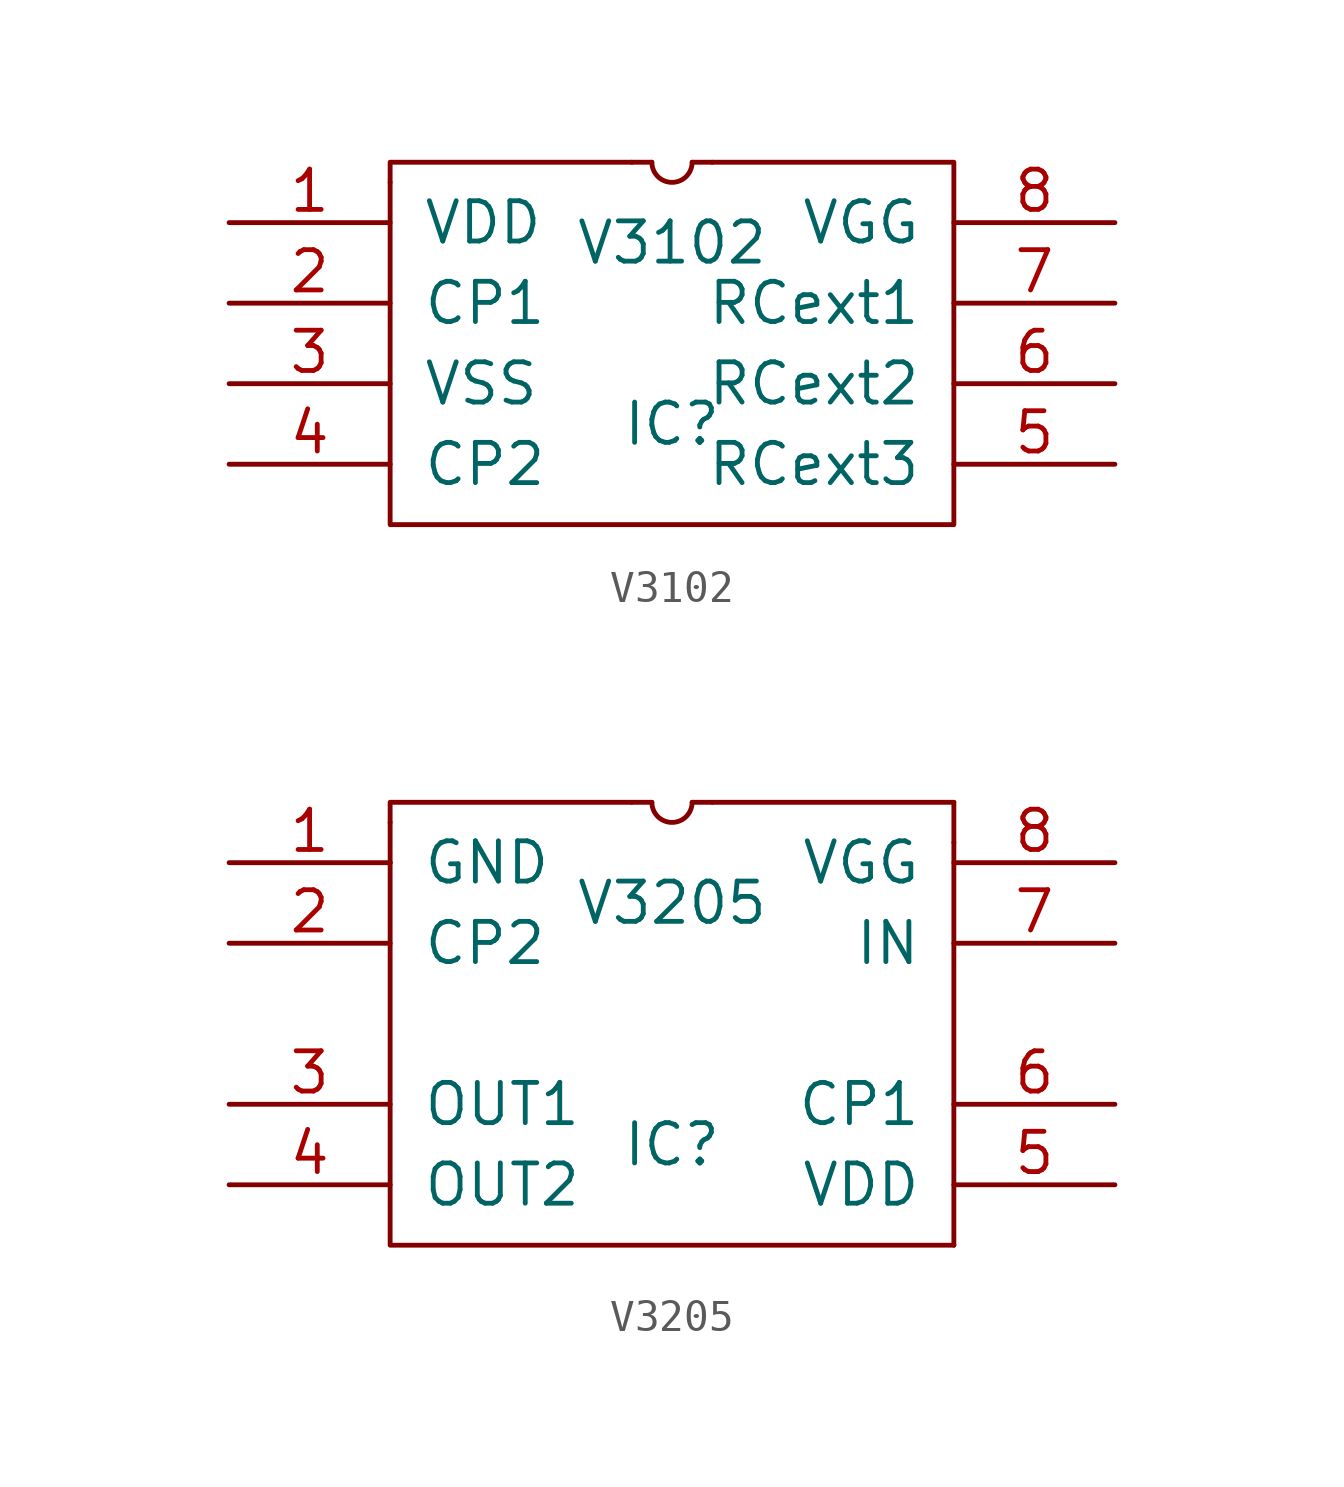
<source format=kicad_sym>
(kicad_symbol_lib
  (version 20220914)
  (generator kicad_symbol_editor)
  (symbol "V3102"
    (pin_names
      (offset 1.016))
    (property "Reference" "IC"
      (at 0 -2.54 0)
      (effects (font (size 1.27 1.27))))
    (property "Value" "V3102"
      (at 0 3.175 0)
      (effects (font (size 1.27 1.27))))
    (symbol "V3102_0_1"
      (arc (start -0.635 5.715) (mid 0 5.0827) (end 0.635 5.715) (stroke (width 0) (type solid)) (fill (type none)))
      (polyline (pts (xy -1.27 5.715) (xy -0.635 5.715)) (stroke (width 0) (type solid)) (fill (type none)))
      (polyline (pts (xy 1.27 5.715) (xy 0.635 5.715)) (stroke (width 0) (type solid)) (fill (type none)))
      (polyline (pts (xy -8.89 5.08) (xy -8.89 5.715) (xy -1.27 5.715)) (stroke (width 0) (type solid)) (fill (type none)))
      (polyline (pts (xy -8.89 5.08) (xy -8.89 -5.715) (xy 8.89 -5.715) (xy 8.89 5.715) (xy 1.27 5.715)) (stroke (width 0) (type solid)) (fill (type none))))
    (symbol "V3102_1_1"
      (pin power_in line (at -13.97 3.81 0) (length 5.08) (name "VDD" (effects (font (size 1.27 1.27)))) (number "1" (effects (font (size 1.27 1.27)))))
      (pin output line (at -13.97 1.27 0) (length 5.08) (name "CP1" (effects (font (size 1.27 1.27)))) (number "2" (effects (font (size 1.27 1.27)))))
      (pin power_in line (at -13.97 -1.27 0) (length 5.08) (name "VSS" (effects (font (size 1.27 1.27)))) (number "3" (effects (font (size 1.27 1.27)))))
      (pin output line (at -13.97 -3.81 0) (length 5.08) (name "CP2" (effects (font (size 1.27 1.27)))) (number "4" (effects (font (size 1.27 1.27)))))
      (pin bidirectional line (at 13.97 -3.81 180) (length 5.08) (name "RCext3" (effects (font (size 1.27 1.27)))) (number "5" (effects (font (size 1.27 1.27)))))
      (pin bidirectional line (at 13.97 -1.27 180) (length 5.08) (name "RCext2" (effects (font (size 1.27 1.27)))) (number "6" (effects (font (size 1.27 1.27)))))
      (pin bidirectional line (at 13.97 1.27 180) (length 5.08) (name "RCext1" (effects (font (size 1.27 1.27)))) (number "7" (effects (font (size 1.27 1.27)))))
      (pin output line (at 13.97 3.81 180) (length 5.08) (name "VGG" (effects (font (size 1.27 1.27)))) (number "8" (effects (font (size 1.27 1.27)))))))
  (symbol "V3205"
    (pin_names
      (offset 1.016))
    (property "Reference" "IC"
      (at 0 -5.08 0)
      (effects (font (size 1.27 1.27))))
    (property "Value" "V3205"
      (at 0 2.54 0)
      (effects (font (size 1.27 1.27))))
    (symbol "V3205_0_1"
      (arc (start -0.635 5.715) (mid 0 5.0827) (end 0.635 5.715) (stroke (width 0) (type solid)) (fill (type none)))
      (polyline (pts (xy -8.89 5.08) (xy -8.89 3.81)) (stroke (width 0) (type solid)) (fill (type none)))
      (polyline (pts (xy -1.27 5.715) (xy -0.635 5.715)) (stroke (width 0) (type solid)) (fill (type none)))
      (polyline (pts (xy 1.27 5.715) (xy 0.635 5.715)) (stroke (width 0) (type solid)) (fill (type none)))
      (polyline (pts (xy 8.89 -8.255) (xy 8.89 4.445)) (stroke (width 0) (type solid)) (fill (type none)))
      (polyline (pts (xy 8.89 5.715) (xy 1.27 5.715)) (stroke (width 0) (type solid)) (fill (type none)))
      (polyline (pts (xy 8.89 5.715) (xy 8.89 4.445)) (stroke (width 0) (type solid)) (fill (type none)))
      (polyline (pts (xy -8.89 3.81) (xy -8.89 -8.255) (xy 8.89 -8.255)) (stroke (width 0) (type solid)) (fill (type none)))
      (polyline (pts (xy -8.89 5.08) (xy -8.89 5.715) (xy -1.27 5.715)) (stroke (width 0) (type solid)) (fill (type none))))
    (symbol "V3205_1_1"
      (pin power_in line (at -13.97 3.81 0) (length 5.08) (name "GND" (effects (font (size 1.27 1.27)))) (number "1" (effects (font (size 1.27 1.27)))))
      (pin input line (at -13.97 1.27 0) (length 5.08) (name "CP2" (effects (font (size 1.27 1.27)))) (number "2" (effects (font (size 1.27 1.27)))))
      (pin output line (at -13.97 -3.81 0) (length 5.08) (name "OUT1" (effects (font (size 1.27 1.27)))) (number "3" (effects (font (size 1.27 1.27)))))
      (pin output line (at -13.97 -6.35 0) (length 5.08) (name "OUT2" (effects (font (size 1.27 1.27)))) (number "4" (effects (font (size 1.27 1.27)))))
      (pin power_in line (at 13.97 -6.35 180) (length 5.08) (name "VDD" (effects (font (size 1.27 1.27)))) (number "5" (effects (font (size 1.27 1.27)))))
      (pin input line (at 13.97 -3.81 180) (length 5.08) (name "CP1" (effects (font (size 1.27 1.27)))) (number "6" (effects (font (size 1.27 1.27)))))
      (pin input line (at 13.97 1.27 180) (length 5.08) (name "IN" (effects (font (size 1.27 1.27)))) (number "7" (effects (font (size 1.27 1.27)))))
      (pin input line (at 13.97 3.81 180) (length 5.08) (name "VGG" (effects (font (size 1.27 1.27)))) (number "8" (effects (font (size 1.27 1.27))))))))
</source>
